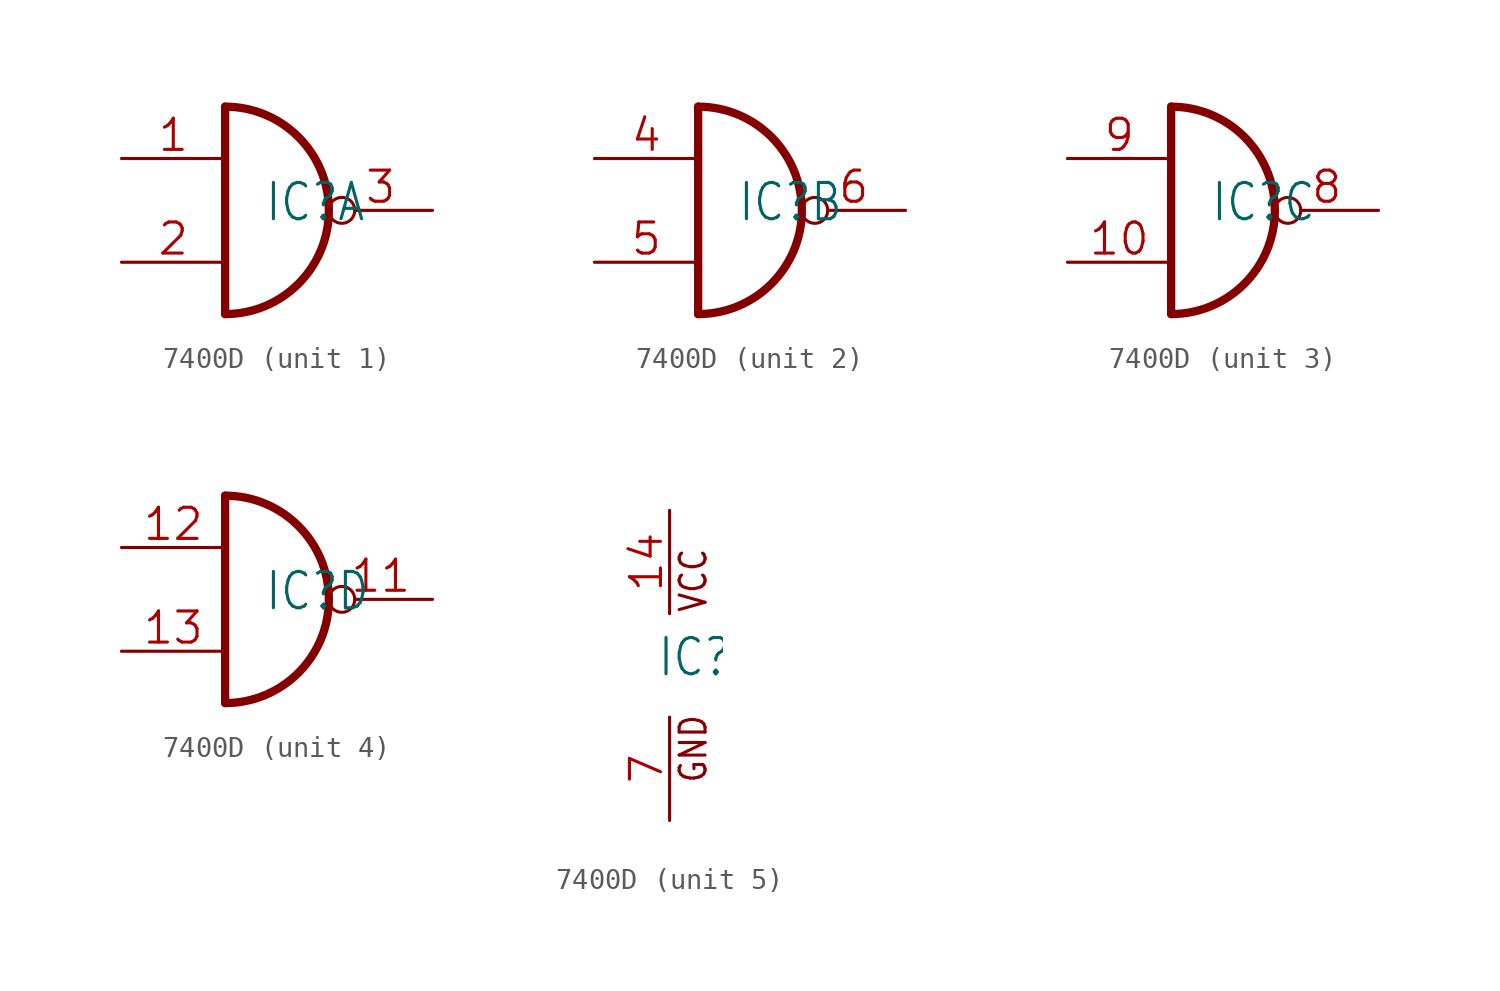
<source format=kicad_sym>
(kicad_symbol_lib
  (version 20241209)
  (generator "kicad_symbol_editor")
  (generator_version "9.0")
  (symbol "7400D"
    (property "Reference" "IC"
      (at -0.635 -0.635 0)
      (effects (font (size 1.778 1.511)) (justify left bottom)))
    (property "ki_locked" ""
      (at 0 0 0)
      (effects (font (size 1.27 1.27))))
    (symbol "7400D_1_0"
      (polyline (pts (xy -2.54 5.08) (xy -2.54 -5.08)) (stroke (width 0.406) (type solid)) (fill (type none)))
      (arc (start -2.54 5.08) (mid 2.54 0) (end -2.54 -5.08) (stroke (width 0.4064) (type solid)) (fill (type none)))
      (pin input line (at -7.62 2.54 0) (length 5.08) (name "I0" (effects (font (size 0 0)))) (number "1" (effects (font (size 1.524 1.524)))))
      (pin input line (at -7.62 -2.54 0) (length 5.08) (name "I1" (effects (font (size 0 0)))) (number "2" (effects (font (size 1.524 1.524)))))
      (pin output inverted (at 7.62 0 180) (length 5.08) (name "O" (effects (font (size 0 0)))) (number "3" (effects (font (size 1.524 1.524))))))
    (symbol "7400D_2_0"
      (polyline (pts (xy -2.54 5.08) (xy -2.54 -5.08)) (stroke (width 0.406) (type solid)) (fill (type none)))
      (arc (start -2.54 5.08) (mid 2.54 0) (end -2.54 -5.08) (stroke (width 0.4064) (type solid)) (fill (type none)))
      (pin input line (at -7.62 2.54 0) (length 5.08) (name "I0" (effects (font (size 0 0)))) (number "4" (effects (font (size 1.524 1.524)))))
      (pin input line (at -7.62 -2.54 0) (length 5.08) (name "I1" (effects (font (size 0 0)))) (number "5" (effects (font (size 1.524 1.524)))))
      (pin output inverted (at 7.62 0 180) (length 5.08) (name "O" (effects (font (size 0 0)))) (number "6" (effects (font (size 1.524 1.524))))))
    (symbol "7400D_3_0"
      (polyline (pts (xy -2.54 5.08) (xy -2.54 -5.08)) (stroke (width 0.406) (type solid)) (fill (type none)))
      (arc (start -2.54 5.08) (mid 2.54 0) (end -2.54 -5.08) (stroke (width 0.4064) (type solid)) (fill (type none)))
      (pin input line (at -7.62 2.54 0) (length 5.08) (name "I0" (effects (font (size 0 0)))) (number "9" (effects (font (size 1.524 1.524)))))
      (pin input line (at -7.62 -2.54 0) (length 5.08) (name "I1" (effects (font (size 0 0)))) (number "10" (effects (font (size 1.524 1.524)))))
      (pin output inverted (at 7.62 0 180) (length 5.08) (name "O" (effects (font (size 0 0)))) (number "8" (effects (font (size 1.524 1.524))))))
    (symbol "7400D_4_0"
      (polyline (pts (xy -2.54 5.08) (xy -2.54 -5.08)) (stroke (width 0.406) (type solid)) (fill (type none)))
      (arc (start -2.54 5.08) (mid 2.54 0) (end -2.54 -5.08) (stroke (width 0.4064) (type solid)) (fill (type none)))
      (pin input line (at -7.62 2.54 0) (length 5.08) (name "I0" (effects (font (size 0 0)))) (number "12" (effects (font (size 1.524 1.524)))))
      (pin input line (at -7.62 -2.54 0) (length 5.08) (name "I1" (effects (font (size 0 0)))) (number "13" (effects (font (size 1.524 1.524)))))
      (pin output inverted (at 7.62 0 180) (length 5.08) (name "O" (effects (font (size 0 0)))) (number "11" (effects (font (size 1.524 1.524))))))
    (symbol "7400D_5_0"
      (text "VCC" (at 1.905 2.54 900) (effects (font (size 1.27 1.079)) (justify left bottom)))
      (text "GND" (at 1.905 -5.842 900) (effects (font (size 1.27 1.079)) (justify left bottom)))
      (pin power_in line (at 0 7.62 270) (length 5.08) (name "VCC" (effects (font (size 0 0)))) (number "14" (effects (font (size 1.524 1.524)))))
      (pin power_in line (at 0 -7.62 90) (length 5.08) (name "GND" (effects (font (size 0 0)))) (number "7" (effects (font (size 1.524 1.524))))))))
</source>
